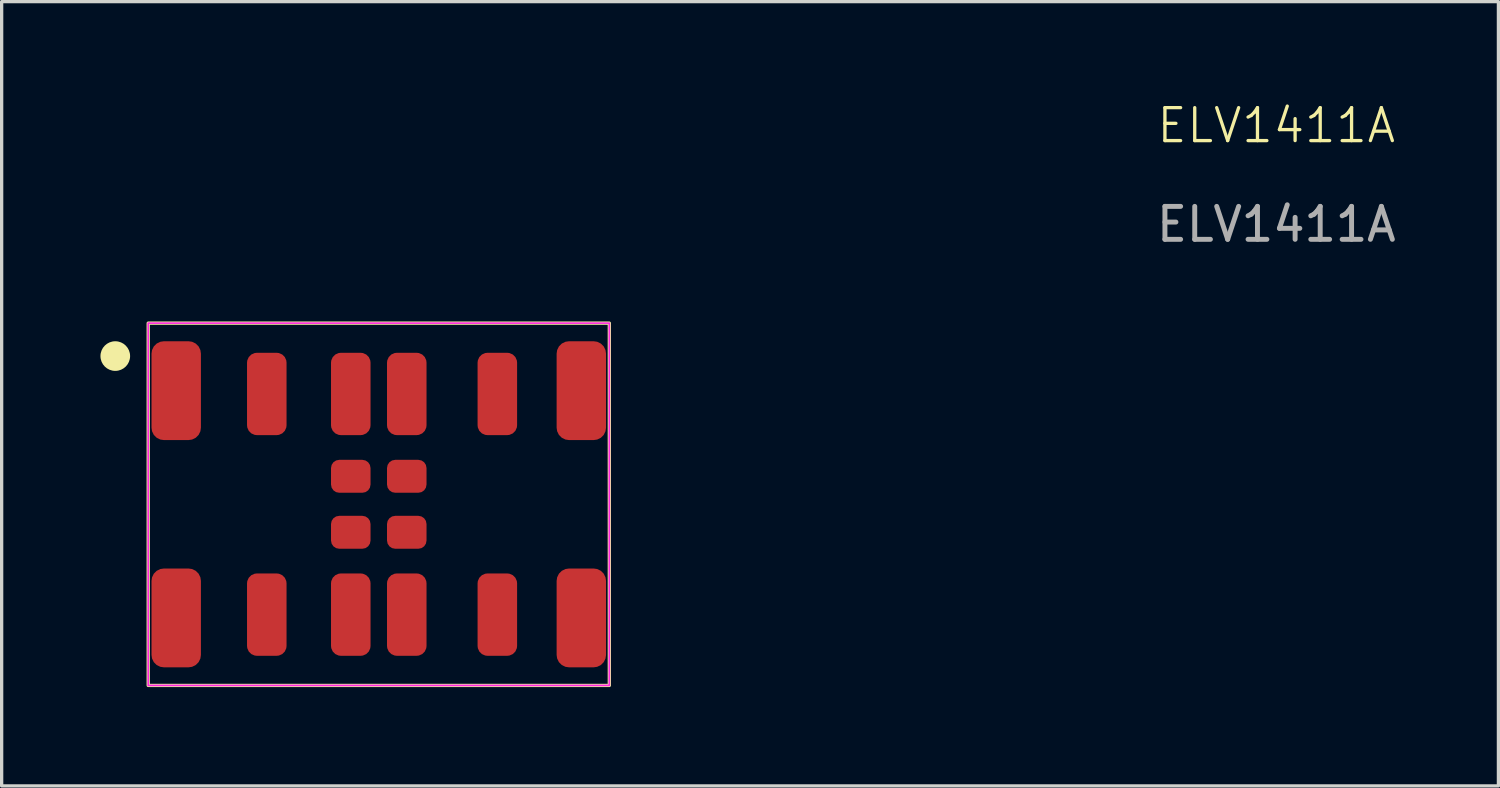
<source format=kicad_pcb>
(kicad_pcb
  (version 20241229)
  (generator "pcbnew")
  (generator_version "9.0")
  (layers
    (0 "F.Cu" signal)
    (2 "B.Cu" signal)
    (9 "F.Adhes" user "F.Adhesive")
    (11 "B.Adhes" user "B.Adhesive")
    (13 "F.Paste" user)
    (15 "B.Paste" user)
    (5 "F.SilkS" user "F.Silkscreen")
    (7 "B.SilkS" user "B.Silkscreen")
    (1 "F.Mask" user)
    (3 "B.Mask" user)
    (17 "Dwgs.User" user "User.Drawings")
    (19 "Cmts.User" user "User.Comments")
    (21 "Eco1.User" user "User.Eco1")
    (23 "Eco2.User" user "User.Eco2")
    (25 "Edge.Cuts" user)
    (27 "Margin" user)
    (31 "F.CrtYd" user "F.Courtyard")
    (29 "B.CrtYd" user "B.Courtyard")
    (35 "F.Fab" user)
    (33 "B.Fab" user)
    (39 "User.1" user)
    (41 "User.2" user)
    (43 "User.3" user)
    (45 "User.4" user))
  (footprint "ELV1411A"
    (layer "F.Cu")
    (at 8.45 12.261)
    (property "Reference" "ELV1411A" (at 27.25 -11.5 0) (unlocked yes) (layer "F.SilkS") (effects (font (size 1 1) (thickness 0.1))))
    (attr smd)
    (fp_rect (start -7 -5.5) (end 7 5.5) (stroke (width 0.1) (type default)) (fill no) (layer "F.SilkS"))
    (fp_circle (center -8 -4.5) (end -7.6 -4.5) (stroke (width 0.1) (type solid)) (fill yes) (layer "F.SilkS"))
    (fp_rect (start -7 -5.5) (end 7 5.5) (stroke (width 0.05) (type default)) (fill no) (layer "F.CrtYd"))
    (fp_text user "${REFERENCE}" (at 27.25 -8.5 0) (unlocked yes) (layer "F.Fab") (effects (font (size 1 1) (thickness 0.15))))
    (pad "1" smd roundrect (at -0.85 -0.85) (size 1.2 1) (layers "F.Cu" "F.Mask" "F.Paste") (roundrect_rratio 0.25))
    (pad "2" smd roundrect (at 0.85 -0.85) (size 1.2 1) (layers "F.Cu" "F.Mask" "F.Paste") (roundrect_rratio 0.25))
    (pad "3" smd roundrect (at -0.85 0.85) (size 1.2 1) (layers "F.Cu" "F.Mask" "F.Paste") (roundrect_rratio 0.25))
    (pad "4" smd roundrect (at 0.85 0.85) (size 1.2 1) (layers "F.Cu" "F.Mask" "F.Paste") (roundrect_rratio 0.25))
    (pad "5" smd roundrect (at -3.4 -3.35) (size 1.2 2.5) (layers "F.Cu" "F.Mask" "F.Paste") (roundrect_rratio 0.25))
    (pad "6" smd roundrect (at -0.85 -3.35) (size 1.2 2.5) (layers "F.Cu" "F.Mask" "F.Paste") (roundrect_rratio 0.25))
    (pad "7" smd roundrect (at 0.85 -3.35) (size 1.2 2.5) (layers "F.Cu" "F.Mask" "F.Paste") (roundrect_rratio 0.25))
    (pad "8" smd roundrect (at 3.6 -3.35) (size 1.2 2.5) (layers "F.Cu" "F.Mask" "F.Paste") (roundrect_rratio 0.25))
    (pad "9" smd roundrect (at -3.4 3.35) (size 1.2 2.5) (layers "F.Cu" "F.Mask" "F.Paste") (roundrect_rratio 0.25))
    (pad "10" smd roundrect (at -0.85 3.35) (size 1.2 2.5) (layers "F.Cu" "F.Mask" "F.Paste") (roundrect_rratio 0.25))
    (pad "11" smd roundrect (at 0.85 3.35) (size 1.2 2.5) (layers "F.Cu" "F.Mask" "F.Paste") (roundrect_rratio 0.25))
    (pad "12" smd roundrect (at 3.6 3.35) (size 1.2 2.5) (layers "F.Cu" "F.Mask" "F.Paste") (roundrect_rratio 0.25))
    (pad "13" smd roundrect (at -6.15 -3.45) (size 1.5 3) (layers "F.Cu" "F.Mask" "F.Paste") (roundrect_rratio 0.25))
    (pad "14" smd roundrect (at 6.15 -3.45) (size 1.5 3) (layers "F.Cu" "F.Mask" "F.Paste") (roundrect_rratio 0.25))
    (pad "15" smd roundrect (at -6.15 3.45) (size 1.5 3) (layers "F.Cu" "F.Mask" "F.Paste") (roundrect_rratio 0.25))
    (pad "16" smd roundrect (at 6.15 3.45) (size 1.5 3) (layers "F.Cu" "F.Mask" "F.Paste") (roundrect_rratio 0.25)))
  (gr_rect
    (start -3 -3)
    (end 42.444 20.811)
    (stroke (width 0.1) (type default))
    (fill no)
    (layer "Edge.Cuts")))
</source>
